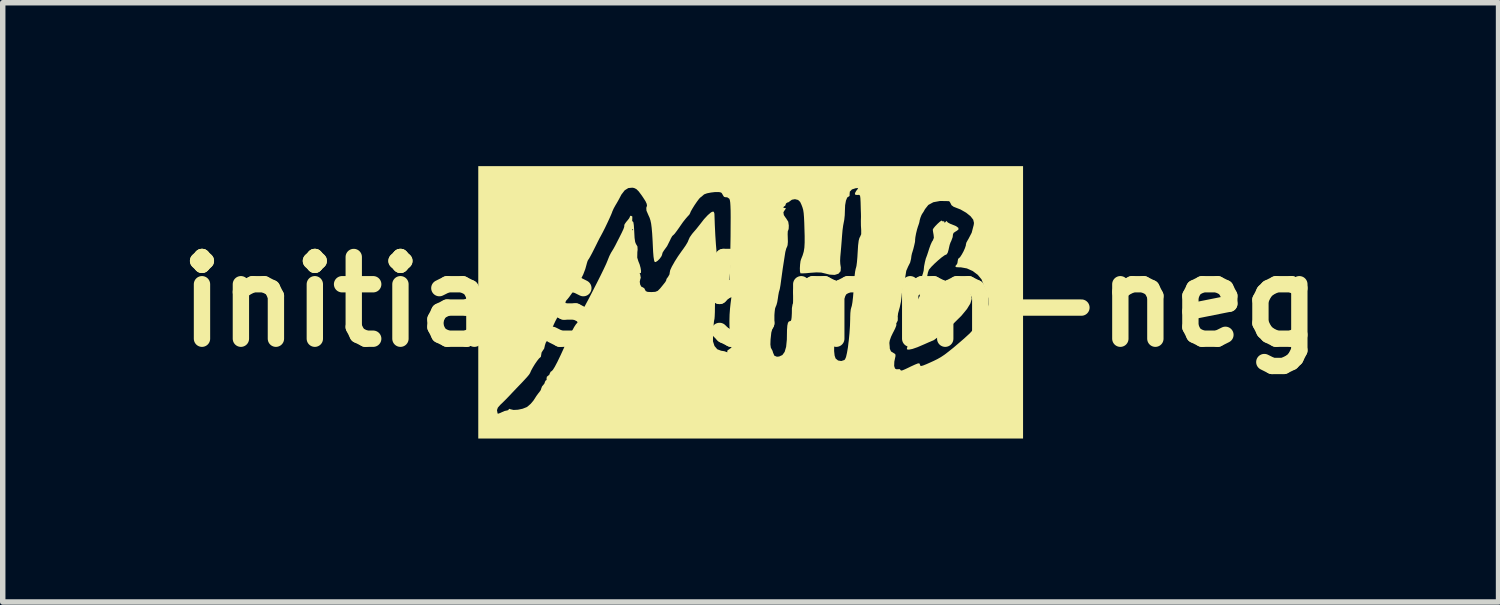
<source format=kicad_pcb>
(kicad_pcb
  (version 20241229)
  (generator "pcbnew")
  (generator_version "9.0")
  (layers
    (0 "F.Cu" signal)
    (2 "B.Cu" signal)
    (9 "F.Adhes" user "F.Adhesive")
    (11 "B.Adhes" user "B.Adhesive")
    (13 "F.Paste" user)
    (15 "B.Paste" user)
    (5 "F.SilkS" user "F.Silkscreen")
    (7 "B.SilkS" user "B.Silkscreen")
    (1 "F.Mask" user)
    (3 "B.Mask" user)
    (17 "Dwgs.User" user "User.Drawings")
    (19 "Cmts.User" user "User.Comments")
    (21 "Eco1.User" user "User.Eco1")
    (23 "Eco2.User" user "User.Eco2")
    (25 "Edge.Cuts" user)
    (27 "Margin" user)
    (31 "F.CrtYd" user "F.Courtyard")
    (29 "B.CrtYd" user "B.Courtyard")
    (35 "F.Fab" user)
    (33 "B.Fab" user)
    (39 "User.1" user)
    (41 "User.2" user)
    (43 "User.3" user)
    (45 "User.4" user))
  (footprint "initials-5mm-neg"
    (layer "F.Cu")
    (at 10.729 2.489)
    (property "Reference" "initials-5mm-neg" (at 0 0 0) (layer "F.SilkS") (effects (font (size 1.5 1.5) (thickness 0.3))))
    (attr board_only exclude_from_pos_files exclude_from_bom)
    (fp_poly (pts (xy 1.867 -0.389) (xy 1.856 -0.378) (xy 1.844 -0.389) (xy 1.856 -0.4)) (stroke (width 0) (type solid)) (fill yes) (layer "F.SilkS"))
    (fp_poly (pts (xy 1.05 -0.359) (xy 1.051 -0.357) (xy 1.064 -0.34) (xy 1.04 -0.345) (xy 1.037 -0.346) (xy 0.992 -0.346) (xy 0.976 -0.331) (xy 0.96 -0.313) (xy 0.956 -0.328) (xy 0.973 -0.361) (xy 1.011 -0.373)) (stroke (width 0) (type solid)) (fill yes) (layer "F.SilkS"))
    (fp_poly (pts (xy 3.511 -1.487) (xy 3.525 -1.474) (xy 3.533 -1.478) (xy 3.553 -1.474) (xy 3.556 -1.462) (xy 3.562 -1.448) (xy 3.578 -1.467) (xy 3.596 -1.484) (xy 3.6 -1.477) (xy 3.619 -1.455) (xy 3.666 -1.43) (xy 3.683 -1.424) (xy 3.77 -1.388) (xy 3.813 -1.356) (xy 3.814 -1.326) (xy 3.774 -1.296) (xy 3.766 -1.292) (xy 3.726 -1.265) (xy 3.714 -1.239) (xy 3.708 -1.187) (xy 3.681 -1.114) (xy 3.668 -1.088) (xy 3.653 -1.045) (xy 3.638 -0.98) (xy 3.634 -0.96) (xy 3.618 -0.903) (xy 3.598 -0.87) (xy 3.59 -0.867) (xy 3.558 -0.852) (xy 3.505 -0.814) (xy 3.441 -0.76) (xy 3.375 -0.7) (xy 3.318 -0.643) (xy 3.278 -0.596) (xy 3.27 -0.583) (xy 3.254 -0.539) (xy 3.242 -0.479) (xy 3.235 -0.415) (xy 3.233 -0.36) (xy 3.238 -0.327) (xy 3.246 -0.323) (xy 3.272 -0.319) (xy 3.278 -0.311) (xy 3.309 -0.295) (xy 3.362 -0.289) (xy 3.417 -0.294) (xy 3.453 -0.308) (xy 3.456 -0.311) (xy 3.486 -0.328) (xy 3.522 -0.333) (xy 3.569 -0.342) (xy 3.589 -0.356) (xy 3.617 -0.368) (xy 3.627 -0.364) (xy 3.662 -0.356) (xy 3.724 -0.352) (xy 3.758 -0.353) (xy 3.824 -0.352) (xy 3.863 -0.34) (xy 3.894 -0.304) (xy 3.916 -0.267) (xy 3.952 -0.214) (xy 3.984 -0.182) (xy 3.995 -0.178) (xy 4.024 -0.16) (xy 4.048 -0.124) (xy 4.058 -0.054) (xy 4.033 0.031) (xy 3.97 0.134) (xy 3.871 0.254) (xy 3.733 0.391) (xy 3.556 0.548) (xy 3.475 0.617) (xy 3.415 0.665) (xy 3.37 0.699) (xy 3.349 0.711) (xy 3.325 0.72) (xy 3.271 0.743) (xy 3.197 0.776) (xy 3.174 0.786) (xy 3.062 0.834) (xy 2.97 0.866) (xy 2.904 0.879) (xy 2.87 0.874) (xy 2.867 0.865) (xy 2.876 0.827) (xy 2.887 0.803) (xy 2.902 0.761) (xy 2.922 0.686) (xy 2.945 0.588) (xy 2.969 0.477) (xy 2.991 0.363) (xy 3.011 0.257) (xy 3.025 0.169) (xy 3.031 0.111) (xy 3.043 0.034) (xy 3.067 -0.034) (xy 3.075 -0.049) (xy 3.102 -0.103) (xy 3.11 -0.149) (xy 3.109 -0.195) (xy 3.111 -0.211) (xy 3.113 -0.248) (xy 3.112 -0.302) (xy 3.118 -0.368) (xy 3.136 -0.444) (xy 3.141 -0.457) (xy 3.162 -0.52) (xy 3.175 -0.569) (xy 3.176 -0.578) (xy 3.183 -0.649) (xy 3.199 -0.73) (xy 3.216 -0.797) (xy 3.222 -0.811) (xy 3.239 -0.857) (xy 3.262 -0.927) (xy 3.277 -0.975) (xy 3.303 -1.047) (xy 3.329 -1.104) (xy 3.344 -1.125) (xy 3.363 -1.174) (xy 3.358 -1.227) (xy 3.348 -1.284) (xy 3.343 -1.323) (xy 3.343 -1.324) (xy 3.357 -1.35) (xy 3.389 -1.389) (xy 3.431 -1.432) (xy 3.471 -1.468) (xy 3.501 -1.489)) (stroke (width 0) (type solid)) (fill yes) (layer "F.SilkS"))
    (fp_poly (pts (xy 5 0.011) (xy 5 2.511) (xy 0 2.511) (xy -5 2.511) (xy -5 1.988) (xy -4.656 1.988) (xy -4.656 1.993) (xy -4.648 2.036) (xy -4.646 2.051) (xy -4.628 2.053) (xy -4.585 2.036) (xy -4.572 2.029) (xy -4.517 2.005) (xy -4.476 1.996) (xy -4.472 1.996) (xy -4.447 1.987) (xy -4.444 1.978) (xy -4.43 1.965) (xy -4.409 1.973) (xy -4.353 1.986) (xy -4.273 1.982) (xy -4.187 1.964) (xy -4.113 1.935) (xy -4.097 1.925) (xy -4.038 1.874) (xy -3.983 1.808) (xy -3.973 1.792) (xy -3.932 1.728) (xy -3.893 1.675) (xy -3.883 1.664) (xy -3.853 1.621) (xy -3.844 1.592) (xy -3.829 1.553) (xy -3.811 1.533) (xy -3.783 1.496) (xy -3.778 1.475) (xy -3.765 1.447) (xy -3.756 1.444) (xy -3.744 1.428) (xy -3.747 1.411) (xy -3.741 1.376) (xy -3.725 1.364) (xy -3.694 1.337) (xy -3.689 1.319) (xy -3.671 1.284) (xy -3.654 1.274) (xy -3.631 1.251) (xy -3.596 1.195) (xy -3.548 1.104) (xy -3.486 0.975) (xy -3.411 0.811) (xy -3.345 0.668) (xy -3.287 0.55) (xy -3.239 0.462) (xy -3.204 0.409) (xy -3.19 0.395) (xy -3.164 0.362) (xy -3.144 0.308) (xy -3.143 0.306) (xy -3.125 0.25) (xy -3.091 0.172) (xy -3.056 0.101) (xy -2.975 -0.05) (xy -2.896 -0.203) (xy -2.821 -0.35) (xy -2.753 -0.485) (xy -2.696 -0.602) (xy -2.653 -0.694) (xy -2.627 -0.756) (xy -2.623 -0.767) (xy -2.594 -0.839) (xy -2.562 -0.902) (xy -2.556 -0.911) (xy -2.518 -0.973) (xy -2.485 -1.033) (xy -2.45 -1.102) (xy -2.414 -1.172) (xy -2.366 -1.268) (xy -2.341 -1.322) (xy -2.178 -1.322) (xy -2.167 -1.311) (xy -2.156 -1.322) (xy -2.167 -1.333) (xy -2.178 -1.322) (xy -2.341 -1.322) (xy -2.336 -1.332) (xy -2.322 -1.372) (xy -2.319 -1.393) (xy -2.321 -1.398) (xy -2.314 -1.423) (xy -2.284 -1.466) (xy -2.268 -1.484) (xy -2.232 -1.529) (xy -2.216 -1.56) (xy -2.217 -1.565) (xy -2.211 -1.576) (xy -2.196 -1.578) (xy -2.172 -1.565) (xy -2.173 -1.521) (xy -2.173 -1.519) (xy -2.175 -1.48) (xy -2.163 -1.473) (xy -2.153 -1.459) (xy -2.145 -1.407) (xy -2.139 -1.324) (xy -2.137 -1.285) (xy -2.131 -1.172) (xy -2.12 -1.097) (xy -2.103 -1.055) (xy -2.099 -1.051) (xy -2.078 -1.014) (xy -2.075 -0.953) (xy -2.08 -0.913) (xy -2.082 -0.81) (xy -2.061 -0.742) (xy -2.038 -0.685) (xy -2.021 -0.623) (xy -2.012 -0.567) (xy -2.014 -0.531) (xy -2.026 -0.525) (xy -2.039 -0.526) (xy -2.027 -0.498) (xy -2.017 -0.44) (xy -2.025 -0.418) (xy -2.036 -0.368) (xy -2.028 -0.315) (xy -2.006 -0.276) (xy -1.984 -0.267) (xy -1.953 -0.248) (xy -1.94 -0.222) (xy -1.925 -0.195) (xy -1.89 -0.181) (xy -1.823 -0.178) (xy -1.822 -0.178) (xy -1.752 -0.182) (xy -1.706 -0.2) (xy -1.665 -0.241) (xy -1.657 -0.25) (xy -1.613 -0.304) (xy -1.578 -0.348) (xy -1.572 -0.355) (xy -1.552 -0.387) (xy -1.55 -0.399) (xy -1.542 -0.423) (xy -1.517 -0.456) (xy -1.49 -0.503) (xy -1.485 -0.539) (xy -1.477 -0.58) (xy -1.446 -0.647) (xy -1.403 -0.722) (xy -0.644 -0.722) (xy -0.633 -0.711) (xy -0.622 -0.722) (xy -0.633 -0.733) (xy -0.644 -0.722) (xy -1.403 -0.722) (xy -1.397 -0.734) (xy -1.335 -0.832) (xy -1.265 -0.932) (xy -1.239 -0.967) (xy -1.192 -1.035) (xy -1.155 -1.098) (xy -1.141 -1.133) (xy -1.118 -1.184) (xy -1.076 -1.244) (xy -1.057 -1.267) (xy -0.998 -1.335) (xy -0.941 -1.407) (xy -0.929 -1.422) (xy -0.856 -1.516) (xy -0.787 -1.59) (xy -0.73 -1.639) (xy -0.706 -1.652) (xy -0.677 -1.652) (xy -0.666 -1.62) (xy -0.665 -1.605) (xy -0.658 -1.406) (xy -0.649 -1.221) (xy -0.638 -1.056) (xy -0.626 -0.916) (xy -0.612 -0.807) (xy -0.599 -0.733) (xy -0.59 -0.707) (xy -0.574 -0.66) (xy -0.579 -0.633) (xy -0.579 -0.632) (xy -0.594 -0.603) (xy -0.597 -0.571) (xy -0.598 -0.504) (xy -0.606 -0.422) (xy -0.617 -0.341) (xy -0.631 -0.273) (xy -0.644 -0.234) (xy -0.646 -0.232) (xy -0.656 -0.186) (xy -0.645 -0.146) (xy -0.634 -0.107) (xy -0.639 -0.096) (xy -0.639 -0.096) (xy -0.646 -0.08) (xy -0.652 -0.029) (xy -0.655 0.048) (xy -0.656 0.097) (xy -0.657 0.189) (xy -0.66 0.265) (xy -0.664 0.313) (xy -0.666 0.322) (xy -0.673 0.356) (xy -0.679 0.417) (xy -0.682 0.467) (xy -0.685 0.541) (xy -0.689 0.601) (xy -0.691 0.622) (xy -0.692 0.726) (xy -0.664 0.812) (xy -0.613 0.872) (xy -0.542 0.899) (xy -0.541 0.899) (xy -0.483 0.908) (xy -0.445 0.922) (xy -0.426 0.928) (xy -0.43 0.916) (xy -0.425 0.891) (xy -0.404 0.879) (xy -0.358 0.845) (xy -0.33 0.787) (xy -0.33 0.784) (xy 0.362 0.784) (xy 0.37 0.842) (xy 0.376 0.854) (xy 0.401 0.9) (xy 0.411 0.935) (xy 0.435 0.99) (xy 0.482 1.009) (xy 0.523 1.005) (xy 0.582 0.978) (xy 0.624 0.92) (xy 0.651 0.827) (xy 0.664 0.696) (xy 0.665 0.64) (xy 0.667 0.52) (xy 0.673 0.438) (xy 0.684 0.387) (xy 0.701 0.362) (xy 0.722 0.356) (xy 0.737 0.35) (xy 0.746 0.329) (xy 0.752 0.284) (xy 0.756 0.208) (xy 0.757 0.118) (xy 0.769 0.049) (xy 0.796 -0.024) (xy 0.833 -0.087) (xy 0.873 -0.13) (xy 0.902 -0.14) (xy 0.945 -0.149) (xy 0.959 -0.162) (xy 0.987 -0.174) (xy 1.048 -0.187) (xy 1.132 -0.198) (xy 1.171 -0.202) (xy 1.272 -0.212) (xy 1.368 -0.225) (xy 1.442 -0.238) (xy 1.456 -0.241) (xy 1.52 -0.259) (xy 1.563 -0.267) (xy 1.587 -0.259) (xy 1.595 -0.229) (xy 1.59 -0.17) (xy 1.574 -0.076) (xy 1.563 -0.011) (xy 1.548 0.099) (xy 1.545 0.169) (xy 1.556 0.199) (xy 1.559 0.2) (xy 1.57 0.217) (xy 1.566 0.247) (xy 1.545 0.336) (xy 1.534 0.432) (xy 1.534 0.52) (xy 1.545 0.588) (xy 1.558 0.614) (xy 1.571 0.651) (xy 1.567 0.666) (xy 1.545 0.727) (xy 1.533 0.812) (xy 1.532 0.905) (xy 1.541 0.988) (xy 1.559 1.041) (xy 1.604 1.078) (xy 1.663 1.088) (xy 1.718 1.07) (xy 1.731 1.058) (xy 1.75 1.016) (xy 1.768 0.938) (xy 1.786 0.833) (xy 1.795 0.756) (xy 2.546 0.756) (xy 2.552 0.822) (xy 2.554 0.862) (xy 2.576 0.912) (xy 2.613 0.934) (xy 2.655 0.962) (xy 2.659 0.994) (xy 2.637 1.099) (xy 2.634 1.179) (xy 2.65 1.227) (xy 2.683 1.241) (xy 2.697 1.238) (xy 2.734 1.237) (xy 2.745 1.245) (xy 2.754 1.259) (xy 2.767 1.263) (xy 2.791 1.257) (xy 2.836 1.238) (xy 2.91 1.203) (xy 2.938 1.189) (xy 3.019 1.152) (xy 3.067 1.133) (xy 3.093 1.13) (xy 3.104 1.142) (xy 3.107 1.154) (xy 3.113 1.173) (xy 3.13 1.179) (xy 3.165 1.17) (xy 3.228 1.145) (xy 3.273 1.125) (xy 3.357 1.087) (xy 3.428 1.052) (xy 3.493 1.015) (xy 3.559 0.971) (xy 3.632 0.915) (xy 3.721 0.844) (xy 3.831 0.75) (xy 3.917 0.676) (xy 4.022 0.58) (xy 4.109 0.484) (xy 4.17 0.401) (xy 4.172 0.399) (xy 4.22 0.324) (xy 4.269 0.256) (xy 4.299 0.221) (xy 4.344 0.146) (xy 4.365 0.046) (xy 4.363 -0.064) (xy 4.336 -0.173) (xy 4.3 -0.244) (xy 4.278 -0.296) (xy 4.273 -0.319) (xy 4.238 -0.41) (xy 4.169 -0.494) (xy 4.076 -0.564) (xy 3.969 -0.612) (xy 3.858 -0.632) (xy 3.828 -0.632) (xy 3.774 -0.635) (xy 3.755 -0.652) (xy 3.775 -0.676) (xy 3.778 -0.678) (xy 3.795 -0.708) (xy 3.8 -0.746) (xy 3.808 -0.787) (xy 3.822 -0.8) (xy 3.843 -0.818) (xy 3.874 -0.865) (xy 3.907 -0.925) (xy 3.934 -0.986) (xy 3.95 -1.035) (xy 3.951 -1.051) (xy 3.959 -1.085) (xy 3.987 -1.136) (xy 3.997 -1.152) (xy 4.057 -1.267) (xy 4.094 -1.409) (xy 4.099 -1.447) (xy 4.085 -1.507) (xy 4.035 -1.571) (xy 3.955 -1.635) (xy 3.852 -1.694) (xy 3.732 -1.741) (xy 3.726 -1.743) (xy 3.686 -1.773) (xy 3.673 -1.8) (xy 3.653 -1.837) (xy 3.636 -1.847) (xy 3.477 -1.85) (xy 3.353 -1.827) (xy 3.261 -1.777) (xy 3.2 -1.7) (xy 3.2 -1.7) (xy 3.173 -1.651) (xy 3.154 -1.623) (xy 3.153 -1.622) (xy 3.136 -1.593) (xy 3.116 -1.543) (xy 3.102 -1.494) (xy 3.1 -1.478) (xy 3.092 -1.443) (xy 3.074 -1.39) (xy 3.073 -1.389) (xy 3.054 -1.327) (xy 3.036 -1.253) (xy 3.023 -1.183) (xy 3.018 -1.135) (xy 3.019 -1.126) (xy 3.016 -1.096) (xy 3.003 -1.038) (xy 2.986 -0.969) (xy 2.966 -0.903) (xy 2.961 -0.889) (xy 2.951 -0.843) (xy 2.944 -0.787) (xy 2.927 -0.719) (xy 2.894 -0.654) (xy 2.893 -0.653) (xy 2.856 -0.568) (xy 2.838 -0.455) (xy 2.829 -0.374) (xy 2.815 -0.305) (xy 2.803 -0.272) (xy 2.787 -0.223) (xy 2.775 -0.149) (xy 2.77 -0.095) (xy 2.758 0.001) (xy 2.737 0.1) (xy 2.725 0.142) (xy 2.706 0.212) (xy 2.699 0.272) (xy 2.701 0.293) (xy 2.7 0.344) (xy 2.688 0.368) (xy 2.671 0.402) (xy 2.675 0.415) (xy 2.672 0.44) (xy 2.651 0.493) (xy 2.617 0.561) (xy 2.614 0.565) (xy 2.577 0.642) (xy 2.553 0.711) (xy 2.546 0.756) (xy 1.795 0.756) (xy 1.801 0.71) (xy 1.814 0.576) (xy 1.823 0.441) (xy 1.827 0.313) (xy 1.827 0.289) (xy 1.83 0.208) (xy 1.837 0.143) (xy 1.846 0.109) (xy 1.857 0.073) (xy 1.868 0.01) (xy 1.879 -0.086) (xy 1.89 -0.218) (xy 1.9 -0.375) (xy 1.907 -0.47) (xy 1.917 -0.552) (xy 1.928 -0.607) (xy 1.933 -0.621) (xy 1.942 -0.658) (xy 1.951 -0.728) (xy 1.959 -0.821) (xy 1.964 -0.907) (xy 1.972 -1.035) (xy 1.983 -1.122) (xy 1.997 -1.174) (xy 2.006 -1.187) (xy 2.029 -1.24) (xy 2.029 -1.315) (xy 2.024 -1.397) (xy 2.023 -1.477) (xy 2.023 -1.489) (xy 2.025 -1.56) (xy 2.024 -1.622) (xy 2.022 -1.674) (xy 2.02 -1.751) (xy 2.018 -1.824) (xy 2.014 -1.902) (xy 2.008 -1.945) (xy 1.995 -1.961) (xy 1.97 -1.962) (xy 1.962 -1.96) (xy 1.921 -1.963) (xy 1.913 -1.991) (xy 1.939 -2.038) (xy 1.949 -2.05) (xy 1.973 -2.08) (xy 1.962 -2.087) (xy 1.929 -2.084) (xy 1.859 -2.062) (xy 1.82 -2.021) (xy 1.816 -1.977) (xy 1.815 -1.942) (xy 1.802 -1.933) (xy 1.772 -1.913) (xy 1.749 -1.856) (xy 1.734 -1.773) (xy 1.73 -1.678) (xy 1.727 -1.589) (xy 1.718 -1.504) (xy 1.71 -1.463) (xy 1.698 -1.4) (xy 1.686 -1.311) (xy 1.678 -1.219) (xy 1.67 -1.113) (xy 1.661 -1.001) (xy 1.654 -0.922) (xy 1.645 -0.823) (xy 1.642 -0.751) (xy 1.645 -0.694) (xy 1.654 -0.634) (xy 1.655 -0.63) (xy 1.651 -0.561) (xy 1.612 -0.515) (xy 1.543 -0.493) (xy 1.45 -0.498) (xy 1.367 -0.519) (xy 1.295 -0.536) (xy 1.206 -0.539) (xy 1.101 -0.532) (xy 1.017 -0.524) (xy 0.952 -0.521) (xy 0.917 -0.522) (xy 0.914 -0.523) (xy 0.905 -0.555) (xy 0.903 -0.613) (xy 0.907 -0.682) (xy 0.915 -0.746) (xy 0.926 -0.782) (xy 0.954 -0.852) (xy 0.974 -0.919) (xy 0.986 -0.993) (xy 0.991 -1.086) (xy 0.991 -1.206) (xy 0.988 -1.309) (xy 0.984 -1.448) (xy 0.979 -1.552) (xy 0.973 -1.628) (xy 0.964 -1.687) (xy 0.95 -1.735) (xy 0.932 -1.782) (xy 0.908 -1.833) (xy 0.87 -1.869) (xy 0.813 -1.883) (xy 0.757 -1.873) (xy 0.732 -1.855) (xy 0.695 -1.827) (xy 0.675 -1.822) (xy 0.648 -1.804) (xy 0.644 -1.789) (xy 0.632 -1.759) (xy 0.622 -1.756) (xy 0.601 -1.738) (xy 0.6 -1.732) (xy 0.614 -1.719) (xy 0.622 -1.722) (xy 0.643 -1.721) (xy 0.644 -1.714) (xy 0.628 -1.682) (xy 0.622 -1.678) (xy 0.601 -1.642) (xy 0.609 -1.591) (xy 0.644 -1.539) (xy 0.649 -1.534) (xy 0.69 -1.469) (xy 0.7 -1.4) (xy 0.698 -1.344) (xy 0.691 -1.313) (xy 0.687 -1.311) (xy 0.681 -1.291) (xy 0.679 -1.239) (xy 0.681 -1.175) (xy 0.683 -1.099) (xy 0.678 -1.04) (xy 0.67 -1.014) (xy 0.653 -0.977) (xy 0.637 -0.917) (xy 0.634 -0.9) (xy 0.589 -0.611) (xy 0.558 -0.386) (xy 0.547 -0.305) (xy 0.536 -0.242) (xy 0.528 -0.209) (xy 0.527 -0.208) (xy 0.518 -0.177) (xy 0.507 -0.117) (xy 0.5 -0.067) (xy 0.488 0.006) (xy 0.473 0.061) (xy 0.464 0.081) (xy 0.45 0.117) (xy 0.437 0.179) (xy 0.432 0.214) (xy 0.421 0.306) (xy 0.406 0.406) (xy 0.401 0.433) (xy 0.378 0.573) (xy 0.365 0.692) (xy 0.362 0.784) (xy -0.33 0.784) (xy -0.323 0.721) (xy -0.34 0.664) (xy -0.363 0.641) (xy -0.375 0.611) (xy -0.384 0.546) (xy -0.389 0.456) (xy -0.39 0.35) (xy -0.387 0.236) (xy -0.379 0.126) (xy -0.369 0.033) (xy -0.356 -0.066) (xy -0.354 -0.134) (xy -0.362 -0.18) (xy -0.37 -0.198) (xy -0.385 -0.26) (xy -0.389 -0.355) (xy -0.386 -0.409) (xy -0.383 -0.473) (xy -0.38 -0.574) (xy -0.377 -0.704) (xy -0.374 -0.856) (xy -0.372 -1.022) (xy -0.369 -1.196) (xy -0.369 -1.211) (xy -0.368 -1.403) (xy -0.367 -1.555) (xy -0.368 -1.672) (xy -0.371 -1.759) (xy -0.375 -1.82) (xy -0.381 -1.861) (xy -0.389 -1.885) (xy -0.394 -1.893) (xy -0.432 -1.918) (xy -0.457 -1.918) (xy -0.489 -1.926) (xy -0.504 -1.948) (xy -0.528 -1.99) (xy -0.543 -2.005) (xy -0.583 -2.014) (xy -0.651 -2.014) (xy -0.728 -2.005) (xy -0.8 -1.991) (xy -0.85 -1.973) (xy -0.859 -1.967) (xy -0.9 -1.931) (xy -0.92 -1.917) (xy -0.946 -1.891) (xy -0.985 -1.839) (xy -1.029 -1.775) (xy -1.07 -1.709) (xy -1.1 -1.656) (xy -1.111 -1.627) (xy -1.126 -1.599) (xy -1.158 -1.565) (xy -1.192 -1.526) (xy -1.242 -1.463) (xy -1.295 -1.387) (xy -1.305 -1.372) (xy -1.354 -1.303) (xy -1.394 -1.25) (xy -1.419 -1.224) (xy -1.423 -1.222) (xy -1.441 -1.204) (xy -1.467 -1.158) (xy -1.475 -1.139) (xy -1.534 -1.021) (xy -1.594 -0.938) (xy -1.619 -0.897) (xy -1.622 -0.878) (xy -1.635 -0.839) (xy -1.667 -0.793) (xy -1.706 -0.753) (xy -1.743 -0.729) (xy -1.762 -0.731) (xy -1.773 -0.762) (xy -1.783 -0.826) (xy -1.79 -0.911) (xy -1.792 -0.949) (xy -1.8 -1.12) (xy -1.808 -1.254) (xy -1.817 -1.357) (xy -1.827 -1.435) (xy -1.84 -1.495) (xy -1.856 -1.544) (xy -1.876 -1.587) (xy -1.878 -1.592) (xy -1.913 -1.673) (xy -1.916 -1.726) (xy -1.914 -1.73) (xy -1.903 -1.762) (xy -1.908 -1.797) (xy -1.93 -1.845) (xy -1.975 -1.915) (xy -2.005 -1.959) (xy -2.057 -2.028) (xy -2.098 -2.068) (xy -2.139 -2.088) (xy -2.172 -2.094) (xy -2.246 -2.087) (xy -2.312 -2.046) (xy -2.373 -1.967) (xy -2.414 -1.889) (xy -2.436 -1.849) (xy -2.469 -1.792) (xy -2.478 -1.778) (xy -2.514 -1.713) (xy -2.541 -1.653) (xy -2.543 -1.644) (xy -2.56 -1.602) (xy -2.591 -1.532) (xy -2.631 -1.446) (xy -2.674 -1.356) (xy -2.715 -1.275) (xy -2.747 -1.215) (xy -2.755 -1.2) (xy -2.774 -1.166) (xy -2.806 -1.103) (xy -2.846 -1.022) (xy -2.868 -0.978) (xy -2.91 -0.895) (xy -2.946 -0.828) (xy -2.97 -0.786) (xy -2.977 -0.778) (xy -2.993 -0.75) (xy -3.009 -0.698) (xy -3.011 -0.689) (xy -3.036 -0.599) (xy -3.073 -0.502) (xy -3.112 -0.424) (xy -3.113 -0.422) (xy -3.138 -0.376) (xy -3.157 -0.334) (xy -3.18 -0.289) (xy -3.197 -0.267) (xy -3.218 -0.244) (xy -3.254 -0.195) (xy -3.29 -0.144) (xy -3.333 -0.084) (xy -3.368 -0.041) (xy -3.383 -0.026) (xy -3.397 -0.000472) (xy -3.4 0.023) (xy -3.41 0.064) (xy -3.422 0.077) (xy -3.444 0.105) (xy -3.473 0.156) (xy -3.482 0.173) (xy -3.509 0.228) (xy -3.529 0.262) (xy -3.532 0.267) (xy -3.554 0.298) (xy -3.585 0.356) (xy -3.617 0.424) (xy -3.644 0.488) (xy -3.658 0.533) (xy -3.658 0.537) (xy -3.662 0.588) (xy -3.664 0.606) (xy -3.68 0.64) (xy -3.716 0.686) (xy -3.722 0.694) (xy -3.76 0.749) (xy -3.778 0.803) (xy -3.778 0.807) (xy -3.791 0.861) (xy -3.811 0.889) (xy -3.838 0.932) (xy -3.844 0.969) (xy -3.851 1.01) (xy -3.863 1.022) (xy -3.884 1.04) (xy -3.919 1.084) (xy -3.96 1.143) (xy -3.999 1.207) (xy -4.029 1.262) (xy -4.037 1.28) (xy -4.049 1.308) (xy -4.067 1.337) (xy -4.096 1.372) (xy -4.142 1.423) (xy -4.212 1.498) (xy -4.222 1.508) (xy -4.297 1.586) (xy -4.375 1.668) (xy -4.437 1.734) (xy -4.501 1.8) (xy -4.564 1.862) (xy -4.597 1.893) (xy -4.641 1.944) (xy -4.656 1.988) (xy -5 1.988) (xy -5 0.011) (xy -5 -2.489) (xy 0 -2.489) (xy 5 -2.489)) (stroke (width 0) (type solid)) (fill yes) (layer "F.SilkS")))
  (gr_rect
    (start -3 -3)
    (end 24.457 8)
    (stroke (width 0.1) (type default))
    (fill no)
    (layer "Edge.Cuts")))
</source>
